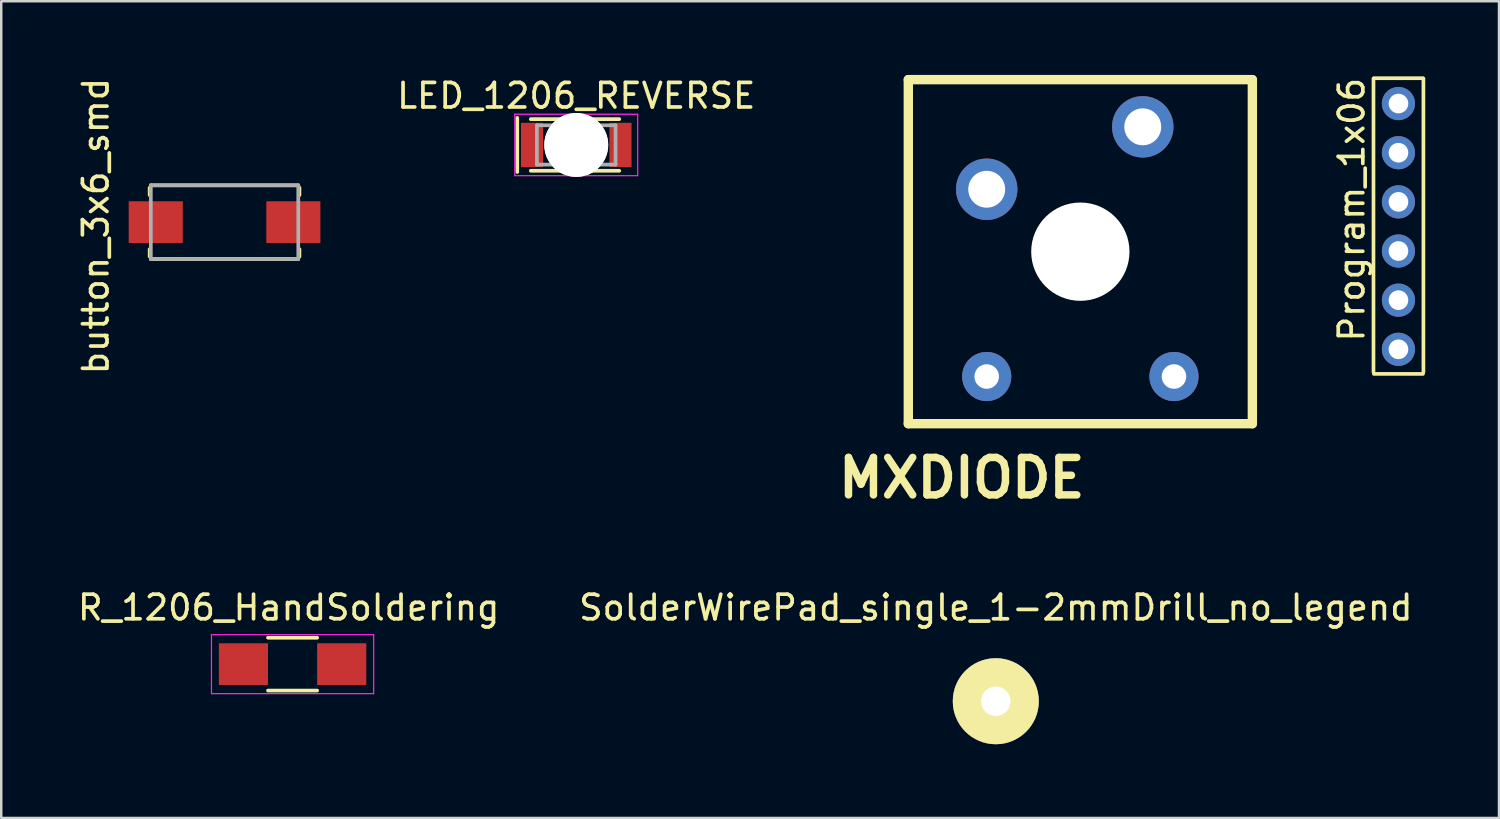
<source format=kicad_pcb>
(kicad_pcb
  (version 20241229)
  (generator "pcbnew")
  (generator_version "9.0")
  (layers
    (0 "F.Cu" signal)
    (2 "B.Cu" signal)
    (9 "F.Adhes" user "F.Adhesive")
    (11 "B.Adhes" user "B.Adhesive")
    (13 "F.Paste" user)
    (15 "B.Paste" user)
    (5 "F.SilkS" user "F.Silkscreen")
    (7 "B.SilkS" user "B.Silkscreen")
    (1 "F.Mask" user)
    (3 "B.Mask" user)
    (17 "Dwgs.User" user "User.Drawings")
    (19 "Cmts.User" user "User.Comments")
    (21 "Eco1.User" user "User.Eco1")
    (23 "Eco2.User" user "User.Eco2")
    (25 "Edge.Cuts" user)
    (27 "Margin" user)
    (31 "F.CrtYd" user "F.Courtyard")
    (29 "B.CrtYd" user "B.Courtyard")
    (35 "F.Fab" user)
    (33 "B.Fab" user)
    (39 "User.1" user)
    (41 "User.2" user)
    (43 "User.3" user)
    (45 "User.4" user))
  (footprint "R_1206_HandSoldering"
    (layer "F.Cu")
    (at 8.855 23.975)
    (property "Reference" "R_1206_HandSoldering" (at -0.159 -2.302 0) (layer "F.SilkS") (effects (font (size 1 1) (thickness 0.15))))
    (attr smd)
    (fp_line (start -1 -1.075) (end 1 -1.075) (stroke (width 0.15) (type solid)) (layer "F.SilkS"))
    (fp_line (start 1 1.075) (end -1 1.075) (stroke (width 0.15) (type solid)) (layer "F.SilkS"))
    (fp_line (start -3.3 -1.2) (end -3.3 1.2) (stroke (width 0.05) (type solid)) (layer "F.CrtYd"))
    (fp_line (start -3.3 -1.2) (end 3.3 -1.2) (stroke (width 0.05) (type solid)) (layer "F.CrtYd"))
    (fp_line (start -3.3 1.2) (end 3.3 1.2) (stroke (width 0.05) (type solid)) (layer "F.CrtYd"))
    (fp_line (start 3.3 -1.2) (end 3.3 1.2) (stroke (width 0.05) (type solid)) (layer "F.CrtYd"))
    (pad "1" smd rect (at -2 0) (size 2 1.7) (layers "F.Cu" "F.Mask" "F.Paste"))
    (pad "2" smd rect (at 2 0) (size 2 1.7) (layers "F.Cu" "F.Mask" "F.Paste")))
  (footprint "button_3x6_smd"
    (layer "F.Cu")
    (at 6.087 5.99)
    (property "Reference" "button_3x6_smd" (at -5.239 0.159 90) (layer "F.SilkS") (effects (font (size 1 1) (thickness 0.15))))
    (attr smd)
    (fp_line (start -3.047 -1.1) (end -3.047 -1.4) (stroke (width 0.15) (type solid)) (layer "F.SilkS"))
    (fp_line (start -3.047 1.1) (end -3.047 1.4) (stroke (width 0.15) (type solid)) (layer "F.SilkS"))
    (fp_line (start -3 -1.5) (end 3 -1.5) (stroke (width 0.15) (type solid)) (layer "F.SilkS"))
    (fp_line (start -3 1.5) (end 3 1.5) (stroke (width 0.15) (type solid)) (layer "F.SilkS"))
    (fp_line (start 3.047 -1.4) (end 3.047 -1.1) (stroke (width 0.15) (type solid)) (layer "F.SilkS"))
    (fp_line (start 3.047 1.4) (end 3.047 1.1) (stroke (width 0.15) (type solid)) (layer "F.SilkS"))
    (fp_line (start -3 -1.5) (end 3 -1.5) (stroke (width 0.15) (type solid)) (layer "F.Fab"))
    (fp_line (start -3 1.5) (end -3 -1.5) (stroke (width 0.15) (type solid)) (layer "F.Fab"))
    (fp_line (start 3 -1.5) (end 3 1.5) (stroke (width 0.15) (type solid)) (layer "F.Fab"))
    (fp_line (start 3 1.5) (end -3 1.5) (stroke (width 0.15) (type solid)) (layer "F.Fab"))
    (pad "1" smd rect (at -2.8 0) (size 2.2 1.7) (layers "F.Cu" "F.Mask" "F.Paste"))
    (pad "2" smd rect (at 2.8 0) (size 2.2 1.7) (layers "F.Cu" "F.Mask" "F.Paste")))
  (footprint "SolderWirePad_single_1-2mmDrill_no_legend"
    (layer "F.Cu")
    (at 37.47 25.483)
    (property "Reference" "SolderWirePad_single_1-2mmDrill_no_legend" (at 0 -3.81 0) (layer "F.SilkS") (effects (font (size 1 1) (thickness 0.15))))
    (attr through_hole)
    (pad "1" thru_hole circle (at 0 0) (size 3.5 3.5) (drill 1.199) (layers "*.Cu" "*.Mask" "F.SilkS")))
  (footprint "MXDIODE"
    (layer "F.Cu")
    (at 40.91 7.191)
    (property "Reference" "MXDIODE" (at -4.826 9.207 0) (layer "F.SilkS") (effects (font (size 1.524 1.524) (thickness 0.305))))
    (attr through_hole)
    (fp_line (start -7 -7) (end 7 -7) (stroke (width 0.381) (type solid)) (layer "F.SilkS"))
    (fp_line (start -7 7) (end -7 -7) (stroke (width 0.381) (type solid)) (layer "F.SilkS"))
    (fp_line (start 7 -7) (end 7 7) (stroke (width 0.381) (type solid)) (layer "F.SilkS"))
    (fp_line (start 7 7) (end -7 7) (stroke (width 0.381) (type solid)) (layer "F.SilkS"))
    (pad "" np_thru_hole circle (at 0 0) (size 4 4) (drill 4) (layers "*.Cu" "*.Mask"))
    (pad "1" thru_hole circle (at -3.81 -2.54) (size 2.499 2.499) (drill 1.501) (layers "*.Cu" "*.Mask"))
    (pad "2" thru_hole circle (at 2.54 -5.08) (size 2.499 2.499) (drill 1.501) (layers "*.Cu" "*.Mask"))
    (pad "3" thru_hole circle (at -3.81 5.08) (size 2 2) (drill 1) (layers "*.Cu" "*.Mask"))
    (pad "4" thru_hole circle (at 3.81 5.08) (size 2 2) (drill 1) (layers "*.Cu" "*.Mask")))
  (footprint "LED_1206_REVERSE"
    (layer "F.Cu")
    (at 20.398 2.848)
    (property "Reference" "LED_1206_REVERSE" (at 0 -2 0) (layer "F.SilkS") (effects (font (size 1 1) (thickness 0.15))))
    (attr smd)
    (fp_line (start -2.4 -1.1) (end -2.4 1.1) (stroke (width 0.15) (type solid)) (layer "F.SilkS"))
    (fp_line (start -1.85 -1.05) (end 1.75 -1.05) (stroke (width 0.15) (type solid)) (layer "F.SilkS"))
    (fp_line (start -1.85 1.05) (end 1.75 1.05) (stroke (width 0.15) (type solid)) (layer "F.SilkS"))
    (fp_line (start -2.5 -1.25) (end -2.5 1.25) (stroke (width 0.05) (type solid)) (layer "F.CrtYd"))
    (fp_line (start -2.5 1.25) (end 2.5 1.25) (stroke (width 0.05) (type solid)) (layer "F.CrtYd"))
    (fp_line (start 2.5 -1.25) (end -2.5 -1.25) (stroke (width 0.05) (type solid)) (layer "F.CrtYd"))
    (fp_line (start 2.5 1.25) (end 2.5 -1.25) (stroke (width 0.05) (type solid)) (layer "F.CrtYd"))
    (fp_line (start -1.6 -0.8) (end 1.6 -0.8) (stroke (width 0.15) (type solid)) (layer "F.Fab"))
    (fp_line (start -1.6 0.8) (end -1.6 -0.8) (stroke (width 0.15) (type solid)) (layer "F.Fab"))
    (fp_line (start -0.5 -0.5) (end -0.5 0.5) (stroke (width 0.15) (type solid)) (layer "F.Fab"))
    (fp_line (start -0.5 0) (end 0 -0.5) (stroke (width 0.15) (type solid)) (layer "F.Fab"))
    (fp_line (start 0 -0.5) (end 0 0.5) (stroke (width 0.15) (type solid)) (layer "F.Fab"))
    (fp_line (start 0 0.5) (end -0.5 0) (stroke (width 0.15) (type solid)) (layer "F.Fab"))
    (fp_line (start 1.6 -0.8) (end 1.6 0.8) (stroke (width 0.15) (type solid)) (layer "F.Fab"))
    (fp_line (start 1.6 0.8) (end -1.6 0.8) (stroke (width 0.15) (type solid)) (layer "F.Fab"))
    (pad "" np_thru_hole circle (at 0 0 180) (size 2.6 2.6) (drill 2.6) (layers "*.Cu" "*.Mask" "F.SilkS"))
    (pad "1" smd rect (at -1.8 0 180) (size 0.9 1.801) (layers "F.Cu" "F.Mask" "F.Paste"))
    (pad "2" smd rect (at 1.8 0 180) (size 0.9 1.801) (layers "F.Cu" "F.Mask" "F.Paste")))
  (footprint "Program_1x06"
    (layer "F.Cu")
    (at 53.854 6.117)
    (property "Reference" "Program_1x06" (at -1.905 -0.635 90) (layer "F.SilkS") (effects (font (size 1 1) (thickness 0.15))))
    (attr through_hole)
    (fp_line (start -1.016 -5.969) (end -1.016 5.969) (stroke (width 0.15) (type solid)) (layer "F.SilkS"))
    (fp_line (start -1 -5.985) (end 1 -5.985) (stroke (width 0.15) (type solid)) (layer "F.SilkS"))
    (fp_line (start 1 6.047) (end -1 6.047) (stroke (width 0.15) (type solid)) (layer "F.SilkS"))
    (fp_line (start 1.016 -5.969) (end 1.016 5.969) (stroke (width 0.15) (type solid)) (layer "F.SilkS"))
    (pad "1" thru_hole circle (at 0 -4.953) (size 1.35 1.35) (drill 0.8) (layers "*.Cu" "*.Mask"))
    (pad "2" thru_hole circle (at 0 -2.953) (size 1.35 1.35) (drill 0.8) (layers "*.Cu" "*.Mask"))
    (pad "3" thru_hole circle (at 0 -0.953) (size 1.35 1.35) (drill 0.8) (layers "*.Cu" "*.Mask"))
    (pad "4" thru_hole circle (at 0 1.047) (size 1.35 1.35) (drill 0.8) (layers "*.Cu" "*.Mask"))
    (pad "5" thru_hole circle (at 0 3.047) (size 1.35 1.35) (drill 0.8) (layers "*.Cu" "*.Mask"))
    (pad "6" thru_hole circle (at 0 5.047) (size 1.35 1.35) (drill 0.8) (layers "*.Cu" "*.Mask")))
  (gr_rect
    (start -3 -3)
    (end 57.945 30.233)
    (stroke (width 0.1) (type default))
    (fill no)
    (layer "Edge.Cuts")))
</source>
